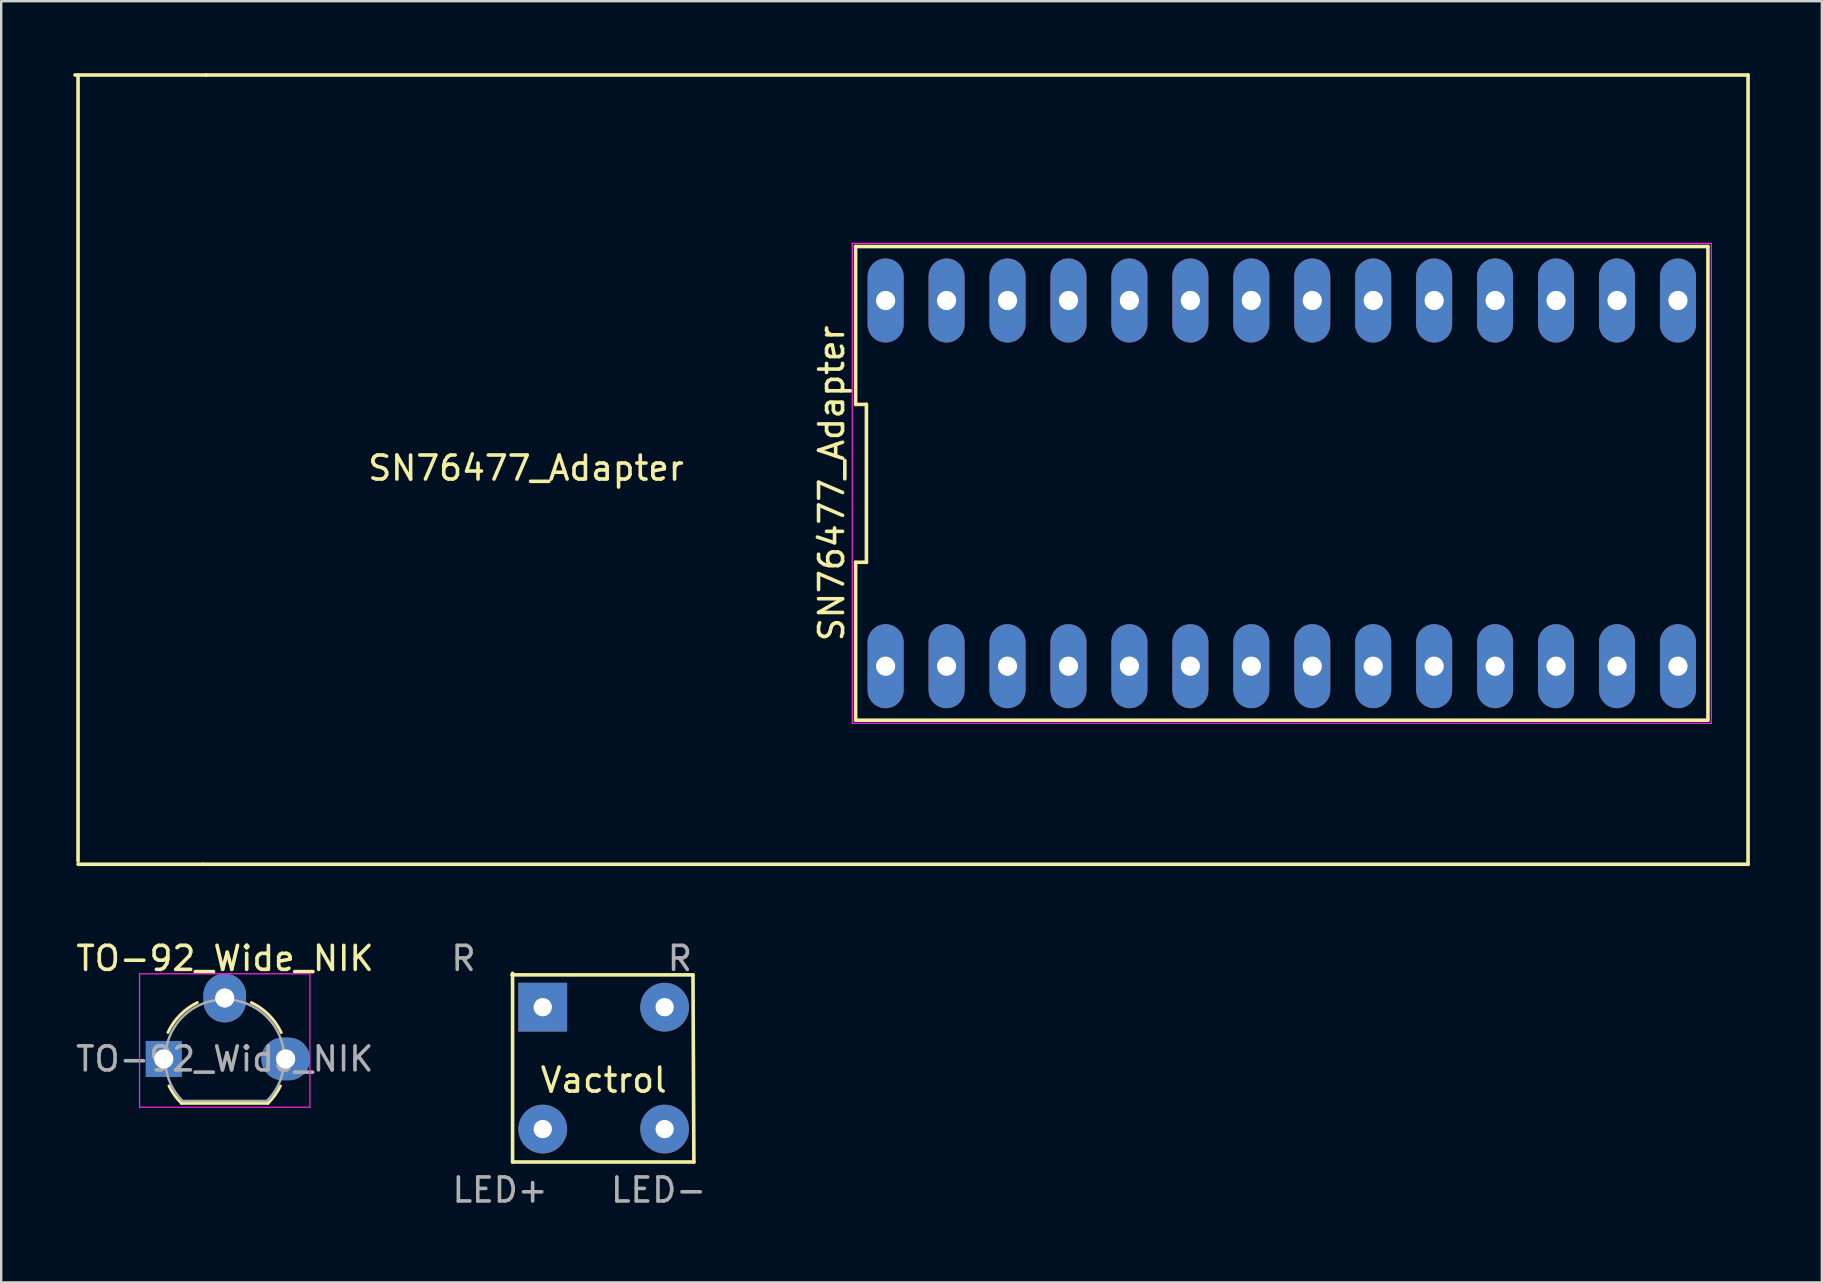
<source format=kicad_pcb>
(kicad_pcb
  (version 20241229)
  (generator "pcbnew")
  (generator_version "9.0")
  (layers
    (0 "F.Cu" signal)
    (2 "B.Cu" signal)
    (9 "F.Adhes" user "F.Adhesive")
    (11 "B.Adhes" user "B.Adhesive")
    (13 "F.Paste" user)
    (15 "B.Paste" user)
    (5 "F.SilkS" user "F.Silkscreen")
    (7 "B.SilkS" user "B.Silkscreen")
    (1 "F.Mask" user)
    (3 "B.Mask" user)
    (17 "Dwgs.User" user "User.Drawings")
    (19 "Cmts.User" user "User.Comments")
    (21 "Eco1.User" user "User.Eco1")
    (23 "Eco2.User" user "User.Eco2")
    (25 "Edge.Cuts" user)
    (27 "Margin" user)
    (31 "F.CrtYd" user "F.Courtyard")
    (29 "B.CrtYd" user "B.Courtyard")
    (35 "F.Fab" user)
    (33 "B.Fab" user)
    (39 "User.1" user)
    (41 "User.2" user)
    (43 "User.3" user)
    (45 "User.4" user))
  (footprint "Vactrol"
    (layer "F.Cu")
    (at 22.108 41.463)
    (property "Reference" "Vactrol" (at 0 0.5 0) (layer "F.SilkS") (effects (font (size 1 1) (thickness 0.15))))
    (attr through_hole)
    (fp_line (start -3.797 -3.95) (end -3.797 3.912) (stroke (width 0.15) (type solid)) (layer "F.SilkS"))
    (fp_line (start -3.797 3.912) (end 3.759 3.912) (stroke (width 0.15) (type solid)) (layer "F.SilkS"))
    (fp_line (start 3.721 -3.886) (end -3.823 -3.886) (stroke (width 0.15) (type solid)) (layer "F.SilkS"))
    (fp_line (start 3.759 3.912) (end 3.721 -3.886) (stroke (width 0.15) (type solid)) (layer "F.SilkS"))
    (fp_text user "R" (at 3.175 -4.572 0) (layer "F.Fab") (effects (font (size 1 1) (thickness 0.15))))
    (fp_text user "LED-" (at 2.286 5.08 0) (layer "F.Fab") (effects (font (size 1 1) (thickness 0.15))))
    (fp_text user "R" (at -5.842 -4.572 0) (layer "F.Fab") (effects (font (size 1 1) (thickness 0.15))))
    (fp_text user "LED+" (at -4.318 5.08 0) (layer "F.Fab") (effects (font (size 1 1) (thickness 0.15))))
    (pad "1" thru_hole rect (at -2.54 -2.54) (size 2.032 2.032) (drill 0.762) (layers "*.Cu" "*.Mask"))
    (pad "2" thru_hole circle (at 2.54 -2.54) (size 2.032 2.032) (drill 0.762) (layers "*.Cu" "*.Mask"))
    (pad "3" thru_hole circle (at -2.54 2.54) (size 2.032 2.032) (drill 0.762) (layers "*.Cu" "*.Mask"))
    (pad "4" thru_hole circle (at 2.54 2.54) (size 2.032 2.032) (drill 0.762) (layers "*.Cu" "*.Mask")))
  (footprint "TO-92_Wide_NIK"
    (layer "F.Cu")
    (at 3.775 41.081)
    (property "Reference" "TO-92_Wide_NIK" (at 2.55 -4.19 0) (layer "F.SilkS") (effects (font (size 1 1) (thickness 0.15))))
    (attr through_hole)
    (fp_line (start 0.74 1.85) (end 4.34 1.85) (stroke (width 0.12) (type solid)) (layer "F.SilkS"))
    (fp_arc (start 0.172801 -1.103842) (mid 0.678995 -1.832692) (end 1.4 -2.35) (stroke (width 0.12) (type solid)) (layer "F.SilkS"))
    (fp_arc (start 0.74 1.85) (mid 0.446097 1.509328) (end 0.215816 1.122795) (stroke (width 0.12) (type solid)) (layer "F.SilkS"))
    (fp_arc (start 3.65 -2.35) (mid 4.382279 -1.833196) (end 4.895458 -1.098371) (stroke (width 0.12) (type solid)) (layer "F.SilkS"))
    (fp_arc (start 4.864184 1.122795) (mid 4.633903 1.509328) (end 4.34 1.85) (stroke (width 0.12) (type solid)) (layer "F.SilkS"))
    (fp_line (start -1.01 -3.55) (end -1.01 2.01) (stroke (width 0.05) (type solid)) (layer "F.CrtYd"))
    (fp_line (start -1.01 -3.55) (end 6.09 -3.55) (stroke (width 0.05) (type solid)) (layer "F.CrtYd"))
    (fp_line (start 6.09 2.01) (end -1.01 2.01) (stroke (width 0.05) (type solid)) (layer "F.CrtYd"))
    (fp_line (start 6.09 2.01) (end 6.09 -3.55) (stroke (width 0.05) (type solid)) (layer "F.CrtYd"))
    (fp_line (start 0.8 1.75) (end 4.3 1.75) (stroke (width 0.1) (type solid)) (layer "F.Fab"))
    (fp_arc (start 0.786375 1.753625) (mid 0.248779 -0.949055) (end 2.54 -2.48) (stroke (width 0.1) (type solid)) (layer "F.Fab"))
    (fp_arc (start 2.54 -2.48) (mid 4.831221 -0.949055) (end 4.293625 1.753625) (stroke (width 0.1) (type solid)) (layer "F.Fab"))
    (fp_text user "${REFERENCE}" (at 2.54 0 0) (layer "F.Fab") (effects (font (size 1 1) (thickness 0.15))))
    (pad "1" thru_hole rect (at 0 0 90) (size 1.5 1.5) (drill 0.8) (layers "*.Cu" "*.Mask"))
    (pad "2" thru_hole oval (at 2.54 -2.54 90) (size 2.032 1.778) (drill 0.8) (layers "*.Cu" "*.Mask"))
    (pad "3" thru_hole oval (at 5.08 0 90) (size 1.778 2.032) (drill 0.8) (layers "*.Cu" "*.Mask")))
  (footprint "SN76477_Adapter"
    (layer "F.Cu")
    (at 50.367 17.093)
    (property "Reference" "SN76477_Adapter" (at -18.76 0 90) (layer "F.SilkS") (effects (font (size 1 1) (thickness 0.15))))
    (attr through_hole)
    (fp_line (start -50.165 -17.018) (end -50.165 15.748) (stroke (width 0.15) (type solid)) (layer "F.SilkS"))
    (fp_line (start -44.958 15.875) (end -50.165 15.875) (stroke (width 0.15) (type solid)) (layer "F.SilkS"))
    (fp_line (start -44.831 -17.018) (end -50.292 -17.018) (stroke (width 0.15) (type solid)) (layer "F.SilkS"))
    (fp_line (start -44.831 -17.018) (end 19.431 -17.018) (stroke (width 0.15) (type solid)) (layer "F.SilkS"))
    (fp_line (start -17.76 -9.87) (end -17.76 -3.29) (stroke (width 0.15) (type solid)) (layer "F.SilkS"))
    (fp_line (start -17.76 -3.29) (end -17.31 -3.29) (stroke (width 0.15) (type solid)) (layer "F.SilkS"))
    (fp_line (start -17.76 3.29) (end -17.76 9.87) (stroke (width 0.15) (type solid)) (layer "F.SilkS"))
    (fp_line (start -17.76 9.87) (end 17.76 9.87) (stroke (width 0.15) (type solid)) (layer "F.SilkS"))
    (fp_line (start -17.31 -3.29) (end -17.31 3.29) (stroke (width 0.15) (type solid)) (layer "F.SilkS"))
    (fp_line (start -17.31 3.29) (end -17.76 3.29) (stroke (width 0.15) (type solid)) (layer "F.SilkS"))
    (fp_line (start 17.76 -9.87) (end -17.76 -9.87) (stroke (width 0.15) (type solid)) (layer "F.SilkS"))
    (fp_line (start 17.76 9.87) (end 17.76 -9.87) (stroke (width 0.15) (type solid)) (layer "F.SilkS"))
    (fp_line (start 19.431 -17.018) (end 19.431 15.875) (stroke (width 0.15) (type solid)) (layer "F.SilkS"))
    (fp_line (start 19.431 15.875) (end -44.958 15.875) (stroke (width 0.15) (type solid)) (layer "F.SilkS"))
    (fp_line (start -17.9 -10) (end 17.9 -10) (stroke (width 0.05) (type solid)) (layer "F.CrtYd"))
    (fp_line (start -17.9 10) (end -17.9 -10) (stroke (width 0.05) (type solid)) (layer "F.CrtYd"))
    (fp_line (start 17.9 -10) (end 17.9 10) (stroke (width 0.05) (type solid)) (layer "F.CrtYd"))
    (fp_line (start 17.9 10) (end -17.9 10) (stroke (width 0.05) (type solid)) (layer "F.CrtYd"))
    (fp_text user "SN76477_Adapter" (at -31.496 -0.635 0) (layer "F.SilkS") (effects (font (size 1 1) (thickness 0.15))))
    (pad "1" thru_hole oval (at -16.51 7.62) (size 1.5 3.5) (drill 0.8) (layers "*.Cu" "*.Mask"))
    (pad "2" thru_hole oval (at -13.97 7.62) (size 1.5 3.5) (drill 0.8) (layers "*.Cu" "*.Mask"))
    (pad "3" thru_hole oval (at -11.43 7.62) (size 1.5 3.5) (drill 0.8) (layers "*.Cu" "*.Mask"))
    (pad "4" thru_hole oval (at -8.89 7.62) (size 1.5 3.5) (drill 0.8) (layers "*.Cu" "*.Mask"))
    (pad "5" thru_hole oval (at -6.35 7.62) (size 1.5 3.5) (drill 0.8) (layers "*.Cu" "*.Mask"))
    (pad "6" thru_hole oval (at -3.81 7.62) (size 1.5 3.5) (drill 0.8) (layers "*.Cu" "*.Mask"))
    (pad "7" thru_hole oval (at -1.27 7.62) (size 1.5 3.5) (drill 0.8) (layers "*.Cu" "*.Mask"))
    (pad "8" thru_hole oval (at 1.27 7.62) (size 1.5 3.5) (drill 0.8) (layers "*.Cu" "*.Mask"))
    (pad "9" thru_hole oval (at 3.81 7.62) (size 1.5 3.5) (drill 0.8) (layers "*.Cu" "*.Mask"))
    (pad "10" thru_hole oval (at 6.35 7.62) (size 1.5 3.5) (drill 0.8) (layers "*.Cu" "*.Mask"))
    (pad "11" thru_hole oval (at 8.89 7.62) (size 1.5 3.5) (drill 0.8) (layers "*.Cu" "*.Mask"))
    (pad "12" thru_hole oval (at 11.43 7.62) (size 1.5 3.5) (drill 0.8) (layers "*.Cu" "*.Mask"))
    (pad "13" thru_hole oval (at 13.97 7.62) (size 1.5 3.5) (drill 0.8) (layers "*.Cu" "*.Mask"))
    (pad "14" thru_hole oval (at 16.51 7.62) (size 1.5 3.5) (drill 0.8) (layers "*.Cu" "*.Mask"))
    (pad "15" thru_hole oval (at 16.51 -7.62) (size 1.5 3.5) (drill 0.8) (layers "*.Cu" "*.Mask"))
    (pad "16" thru_hole oval (at 13.97 -7.62) (size 1.5 3.5) (drill 0.8) (layers "*.Cu" "*.Mask"))
    (pad "17" thru_hole oval (at 11.43 -7.62) (size 1.5 3.5) (drill 0.8) (layers "*.Cu" "*.Mask"))
    (pad "18" thru_hole oval (at 8.89 -7.62) (size 1.5 3.5) (drill 0.8) (layers "*.Cu" "*.Mask"))
    (pad "19" thru_hole oval (at 6.35 -7.62) (size 1.5 3.5) (drill 0.8) (layers "*.Cu" "*.Mask"))
    (pad "20" thru_hole oval (at 3.81 -7.62) (size 1.5 3.5) (drill 0.8) (layers "*.Cu" "*.Mask"))
    (pad "21" thru_hole oval (at 1.27 -7.62) (size 1.5 3.5) (drill 0.8) (layers "*.Cu" "*.Mask"))
    (pad "22" thru_hole oval (at -1.27 -7.62) (size 1.5 3.5) (drill 0.8) (layers "*.Cu" "*.Mask"))
    (pad "23" thru_hole oval (at -3.81 -7.62) (size 1.5 3.5) (drill 0.8) (layers "*.Cu" "*.Mask"))
    (pad "24" thru_hole oval (at -6.35 -7.62) (size 1.5 3.5) (drill 0.8) (layers "*.Cu" "*.Mask"))
    (pad "25" thru_hole oval (at -8.89 -7.62) (size 1.5 3.5) (drill 0.8) (layers "*.Cu" "*.Mask"))
    (pad "26" thru_hole oval (at -11.43 -7.62) (size 1.5 3.5) (drill 0.8) (layers "*.Cu" "*.Mask"))
    (pad "27" thru_hole oval (at -13.97 -7.62) (size 1.5 3.5) (drill 0.8) (layers "*.Cu" "*.Mask"))
    (pad "28" thru_hole oval (at -16.51 -7.62) (size 1.5 3.5) (drill 0.8) (layers "*.Cu" "*.Mask")))
  (gr_rect
    (start -3 -3)
    (end 72.873 50.392)
    (stroke (width 0.1) (type default))
    (fill no)
    (layer "Edge.Cuts")))
</source>
